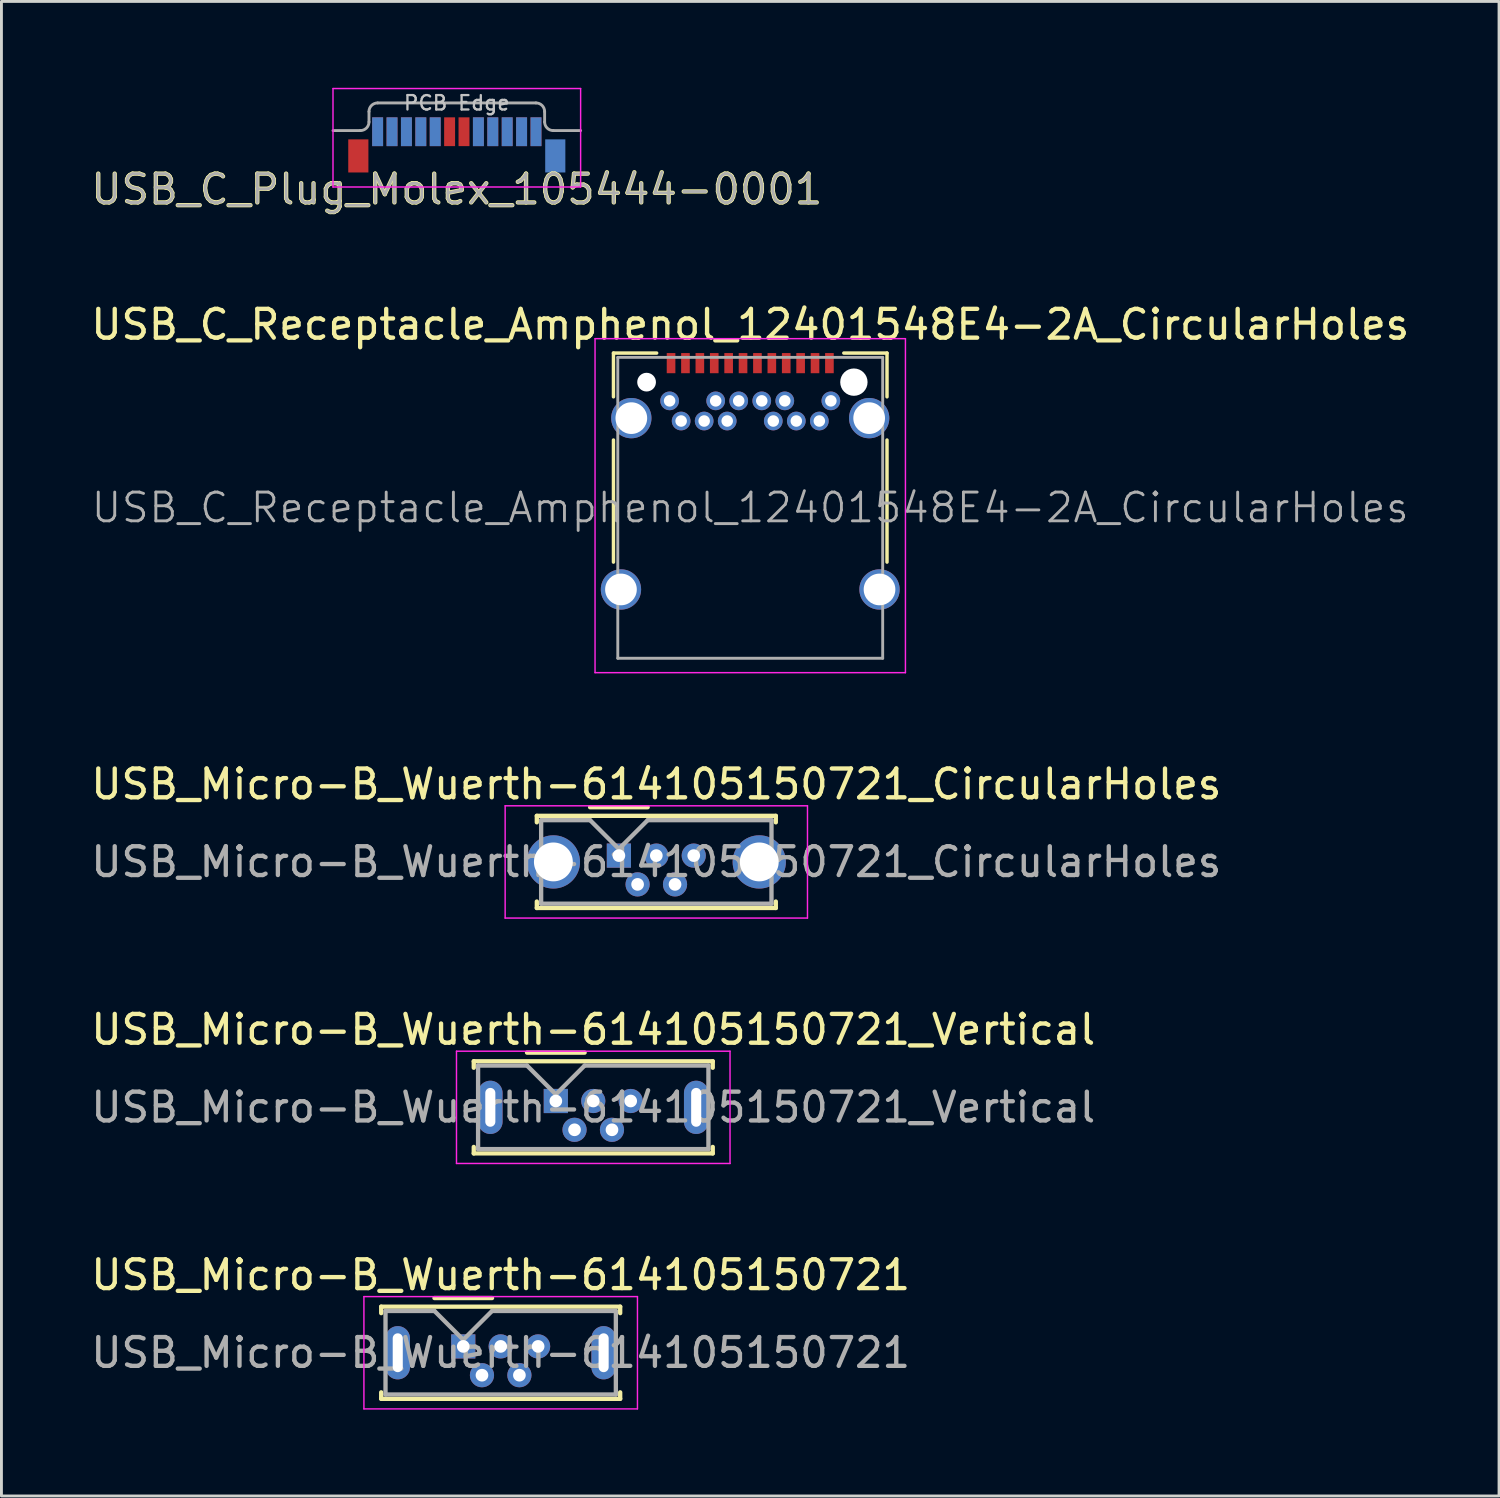
<source format=kicad_pcb>
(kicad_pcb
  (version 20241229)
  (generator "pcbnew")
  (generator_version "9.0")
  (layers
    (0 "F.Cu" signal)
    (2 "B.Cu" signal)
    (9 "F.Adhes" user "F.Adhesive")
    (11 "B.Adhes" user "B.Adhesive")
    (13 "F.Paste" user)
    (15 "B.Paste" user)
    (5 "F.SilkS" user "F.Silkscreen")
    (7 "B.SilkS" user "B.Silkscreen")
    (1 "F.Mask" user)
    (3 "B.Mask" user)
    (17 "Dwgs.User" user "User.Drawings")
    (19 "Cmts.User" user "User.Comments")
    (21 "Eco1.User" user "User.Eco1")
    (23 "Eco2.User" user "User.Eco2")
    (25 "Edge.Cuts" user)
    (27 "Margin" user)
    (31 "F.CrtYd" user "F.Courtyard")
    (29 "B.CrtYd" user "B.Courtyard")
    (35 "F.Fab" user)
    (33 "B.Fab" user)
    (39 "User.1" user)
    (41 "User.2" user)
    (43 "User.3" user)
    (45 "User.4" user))
  (footprint "USB_Micro-B_Wuerth-614105150721_CircularHoles"
    (layer "F.Cu")
    (at 18.444 26.665)
    (property "Reference" "USB_Micro-B_Wuerth-614105150721_CircularHoles" (at 1.3 -2.48 0) (layer "F.SilkS") (effects (font (size 1 1) (thickness 0.15))))
    (attr through_hole)
    (fp_line (start -2.85 -1.38) (end 5.45 -1.38) (stroke (width 0.15) (type solid)) (layer "F.SilkS"))
    (fp_line (start -2.85 -1.155) (end -2.85 -1.38) (stroke (width 0.15) (type solid)) (layer "F.SilkS"))
    (fp_line (start -2.85 1.595) (end -2.85 1.82) (stroke (width 0.15) (type solid)) (layer "F.SilkS"))
    (fp_line (start -2.85 1.82) (end 5.45 1.82) (stroke (width 0.15) (type solid)) (layer "F.SilkS"))
    (fp_line (start -1 -1.68) (end 1 -1.68) (stroke (width 0.15) (type solid)) (layer "F.SilkS"))
    (fp_line (start 5.45 -1.38) (end 5.45 -1.155) (stroke (width 0.15) (type solid)) (layer "F.SilkS"))
    (fp_line (start 5.45 1.82) (end 5.45 1.595) (stroke (width 0.15) (type solid)) (layer "F.SilkS"))
    (fp_line (start -3.95 -1.73) (end -3.95 2.17) (stroke (width 0.05) (type solid)) (layer "F.CrtYd"))
    (fp_line (start -3.95 2.17) (end 6.55 2.17) (stroke (width 0.05) (type solid)) (layer "F.CrtYd"))
    (fp_line (start 6.55 -1.73) (end -3.95 -1.73) (stroke (width 0.05) (type solid)) (layer "F.CrtYd"))
    (fp_line (start 6.55 2.17) (end 6.55 -1.73) (stroke (width 0.05) (type solid)) (layer "F.CrtYd"))
    (fp_line (start -2.7 -1.23) (end -1 -1.23) (stroke (width 0.15) (type solid)) (layer "F.Fab"))
    (fp_line (start -2.7 1.67) (end -2.7 -1.23) (stroke (width 0.15) (type solid)) (layer "F.Fab"))
    (fp_line (start -1 -1.23) (end 0 -0.23) (stroke (width 0.15) (type solid)) (layer "F.Fab"))
    (fp_line (start 0 -0.23) (end 1 -1.23) (stroke (width 0.15) (type solid)) (layer "F.Fab"))
    (fp_line (start 1 -1.23) (end 5.3 -1.23) (stroke (width 0.15) (type solid)) (layer "F.Fab"))
    (fp_line (start 5.3 -1.23) (end 5.3 1.67) (stroke (width 0.15) (type solid)) (layer "F.Fab"))
    (fp_line (start 5.3 1.67) (end -2.7 1.67) (stroke (width 0.15) (type solid)) (layer "F.Fab"))
    (fp_text user "${REFERENCE}" (at 1.3 0.22 0) (layer "F.Fab") (effects (font (size 1 1) (thickness 0.15))))
    (pad "1" thru_hole rect (at 0 0) (size 0.84 0.84) (drill 0.44) (layers "*.Cu" "*.Mask"))
    (pad "2" thru_hole circle (at 0.65 1) (size 0.84 0.84) (drill 0.44) (layers "*.Cu" "*.Mask"))
    (pad "3" thru_hole circle (at 1.3 0) (size 0.84 0.84) (drill 0.44) (layers "*.Cu" "*.Mask"))
    (pad "4" thru_hole circle (at 1.95 1) (size 0.84 0.84) (drill 0.44) (layers "*.Cu" "*.Mask"))
    (pad "5" thru_hole circle (at 2.6 0) (size 0.84 0.84) (drill 0.44) (layers "*.Cu" "*.Mask"))
    (pad "6" thru_hole circle (at -2.275 0.22) (size 1.85 1.85) (drill 1.35) (layers "*.Cu" "*.Mask"))
    (pad "6" thru_hole circle (at 4.875 0.22) (size 1.85 1.85) (drill 1.35) (layers "*.Cu" "*.Mask")))
  (footprint "USB_C_Plug_Molex_105444-0001"
    (layer "F.Cu")
    (at 12.815 1.485)
    (property "Reference" "USB_C_Plug_Molex_105444-0001" (at 0 2.04 0) (layer "F.SilkS") (effects (font (size 1 1) (thickness 0.15))))
    (attr smd)
    (fp_line (start -4.3 1.96) (end -4.3 -1.46) (stroke (width 0.05) (type solid)) (layer "F.CrtYd"))
    (fp_line (start 4.3 -1.46) (end -4.3 -1.46) (stroke (width 0.05) (type solid)) (layer "F.CrtYd"))
    (fp_line (start 4.3 1.96) (end -4.3 1.96) (stroke (width 0.05) (type solid)) (layer "F.CrtYd"))
    (fp_line (start 4.3 1.96) (end 4.3 -1.46) (stroke (width 0.05) (type solid)) (layer "F.CrtYd"))
    (fp_line (start -3.35 0) (end -4.3 0) (stroke (width 0.1) (type solid)) (layer "F.Fab"))
    (fp_line (start -3.05 -0.66) (end -3.05 -0.3) (stroke (width 0.1) (type solid)) (layer "F.Fab"))
    (fp_line (start -2.75 -0.96) (end 2.75 -0.96) (stroke (width 0.1) (type solid)) (layer "F.Fab"))
    (fp_line (start 3.05 -0.66) (end 3.05 -0.3) (stroke (width 0.1) (type solid)) (layer "F.Fab"))
    (fp_line (start 3.35 0) (end 4.3 0) (stroke (width 0.1) (type solid)) (layer "F.Fab"))
    (fp_arc (start -3.05 -0.66) (mid -2.962132 -0.872132) (end -2.75 -0.96) (stroke (width 0.1) (type solid)) (layer "F.Fab"))
    (fp_arc (start -3.05 -0.3) (mid -3.137868 -0.087868) (end -3.35 0) (stroke (width 0.1) (type solid)) (layer "F.Fab"))
    (fp_arc (start 2.75 -0.96) (mid 2.962132 -0.872132) (end 3.05 -0.66) (stroke (width 0.1) (type solid)) (layer "F.Fab"))
    (fp_arc (start 3.35 0) (mid 3.137868 -0.087868) (end 3.05 -0.3) (stroke (width 0.1) (type solid)) (layer "F.Fab"))
    (fp_text user "PCB Edge" (at 0 -0.96 0) (layer "Dwgs.User") (effects (font (size 0.5 0.5) (thickness 0.08))))
    (fp_text user "${REFERENCE}" (at 0 2.04 0) (layer "F.Fab") (effects (font (size 1 1) (thickness 0.1))))
    (pad "A1" smd rect (at -2.75 0.04) (size 0.38 1) (layers "F.Cu" "F.Mask" "F.Paste"))
    (pad "A2" smd rect (at -2.25 0.04) (size 0.38 1) (layers "F.Cu" "F.Mask" "F.Paste"))
    (pad "A3" smd rect (at -1.75 0.04) (size 0.38 1) (layers "F.Cu" "F.Mask" "F.Paste"))
    (pad "A4" smd rect (at -1.25 0.04) (size 0.38 1) (layers "F.Cu" "F.Mask" "F.Paste"))
    (pad "A5" smd rect (at -0.75 0.04) (size 0.38 1) (layers "F.Cu" "F.Mask" "F.Paste"))
    (pad "A6" smd rect (at -0.25 0.04) (size 0.38 1) (layers "F.Cu" "F.Mask" "F.Paste"))
    (pad "A7" smd rect (at 0.25 0.04) (size 0.38 1) (layers "F.Cu" "F.Mask" "F.Paste"))
    (pad "A8" smd rect (at 0.75 0.04) (size 0.38 1) (layers "F.Cu" "F.Mask" "F.Paste"))
    (pad "A9" smd rect (at 1.25 0.04) (size 0.38 1) (layers "F.Cu" "F.Mask" "F.Paste"))
    (pad "A10" smd rect (at 1.75 0.04) (size 0.38 1) (layers "F.Cu" "F.Mask" "F.Paste"))
    (pad "A11" smd rect (at 2.25 0.04) (size 0.38 1) (layers "F.Cu" "F.Mask" "F.Paste"))
    (pad "A12" smd rect (at 2.75 0.04) (size 0.38 1) (layers "F.Cu" "F.Mask" "F.Paste"))
    (pad "B1" smd rect (at 2.75 0.04) (size 0.38 1) (layers "B.Cu" "B.Mask" "B.Paste"))
    (pad "B2" smd rect (at 2.25 0.04) (size 0.38 1) (layers "B.Cu" "B.Mask" "B.Paste"))
    (pad "B3" smd rect (at 1.75 0.04) (size 0.38 1) (layers "B.Cu" "B.Mask" "B.Paste"))
    (pad "B4" smd rect (at 1.25 0.04) (size 0.38 1) (layers "B.Cu" "B.Mask" "B.Paste"))
    (pad "B5" smd rect (at 0.75 0.04) (size 0.38 1) (layers "B.Cu" "B.Mask" "B.Paste"))
    (pad "B8" smd rect (at -0.75 0.04) (size 0.38 1) (layers "B.Cu" "B.Mask" "B.Paste"))
    (pad "B9" smd rect (at -1.25 0.04) (size 0.38 1) (layers "B.Cu" "B.Mask" "B.Paste"))
    (pad "B10" smd rect (at -1.75 0.04) (size 0.38 1) (layers "B.Cu" "B.Mask" "B.Paste"))
    (pad "B11" smd rect (at -2.25 0.04) (size 0.38 1) (layers "B.Cu" "B.Mask" "B.Paste"))
    (pad "B12" smd rect (at -2.75 0.04) (size 0.38 1) (layers "B.Cu" "B.Mask" "B.Paste"))
    (pad "S1" smd rect (at -3.42 0.88) (size 0.7 1.15) (layers "F.Cu" "F.Mask" "F.Paste"))
    (pad "S1" smd rect (at 3.42 0.88) (size 0.7 1.15) (layers "B.Cu" "B.Mask" "B.Paste")))
  (footprint "USB_Micro-B_Wuerth-614105150721"
    (layer "F.Cu")
    (at 13.039 43.711)
    (property "Reference" "USB_Micro-B_Wuerth-614105150721" (at 1.3 -2.48 0) (layer "F.SilkS") (effects (font (size 1 1) (thickness 0.15))))
    (attr through_hole)
    (fp_line (start -2.85 -1.38) (end 5.45 -1.38) (stroke (width 0.15) (type solid)) (layer "F.SilkS"))
    (fp_line (start -2.85 -1.155) (end -2.85 -1.38) (stroke (width 0.15) (type solid)) (layer "F.SilkS"))
    (fp_line (start -2.85 1.595) (end -2.85 1.82) (stroke (width 0.15) (type solid)) (layer "F.SilkS"))
    (fp_line (start -2.85 1.82) (end 5.45 1.82) (stroke (width 0.15) (type solid)) (layer "F.SilkS"))
    (fp_line (start -1 -1.68) (end 1 -1.68) (stroke (width 0.15) (type solid)) (layer "F.SilkS"))
    (fp_line (start 5.45 -1.38) (end 5.45 -1.155) (stroke (width 0.15) (type solid)) (layer "F.SilkS"))
    (fp_line (start 5.45 1.82) (end 5.45 1.595) (stroke (width 0.15) (type solid)) (layer "F.SilkS"))
    (fp_line (start -3.45 -1.73) (end -3.45 2.17) (stroke (width 0.05) (type solid)) (layer "F.CrtYd"))
    (fp_line (start -3.45 2.17) (end 6.05 2.17) (stroke (width 0.05) (type solid)) (layer "F.CrtYd"))
    (fp_line (start 6.05 -1.73) (end -3.45 -1.73) (stroke (width 0.05) (type solid)) (layer "F.CrtYd"))
    (fp_line (start 6.05 2.17) (end 6.05 -1.73) (stroke (width 0.05) (type solid)) (layer "F.CrtYd"))
    (fp_line (start -2.7 -1.23) (end -1 -1.23) (stroke (width 0.15) (type solid)) (layer "F.Fab"))
    (fp_line (start -2.7 1.67) (end -2.7 -1.23) (stroke (width 0.15) (type solid)) (layer "F.Fab"))
    (fp_line (start -1 -1.23) (end 0 -0.23) (stroke (width 0.15) (type solid)) (layer "F.Fab"))
    (fp_line (start 0 -0.23) (end 1 -1.23) (stroke (width 0.15) (type solid)) (layer "F.Fab"))
    (fp_line (start 1 -1.23) (end 5.3 -1.23) (stroke (width 0.15) (type solid)) (layer "F.Fab"))
    (fp_line (start 5.3 -1.23) (end 5.3 1.67) (stroke (width 0.15) (type solid)) (layer "F.Fab"))
    (fp_line (start 5.3 1.67) (end -2.7 1.67) (stroke (width 0.15) (type solid)) (layer "F.Fab"))
    (fp_text user "${REFERENCE}" (at 1.3 0.22 0) (layer "F.Fab") (effects (font (size 1 1) (thickness 0.15))))
    (pad "1" thru_hole rect (at 0 0) (size 0.84 0.84) (drill 0.44) (layers "*.Cu" "*.Mask"))
    (pad "2" thru_hole circle (at 0.65 1) (size 0.84 0.84) (drill 0.44) (layers "*.Cu" "*.Mask"))
    (pad "3" thru_hole circle (at 1.3 0) (size 0.84 0.84) (drill 0.44) (layers "*.Cu" "*.Mask"))
    (pad "4" thru_hole circle (at 1.95 1) (size 0.84 0.84) (drill 0.44) (layers "*.Cu" "*.Mask"))
    (pad "5" thru_hole circle (at 2.6 0) (size 0.84 0.84) (drill 0.44) (layers "*.Cu" "*.Mask"))
    (pad "6" thru_hole oval (at -2.275 0.22) (size 0.85 1.85) (drill oval 0.35 1.35) (layers "*.Cu" "*.Mask"))
    (pad "6" thru_hole oval (at 4.875 0.22) (size 0.85 1.85) (drill oval 0.35 1.35) (layers "*.Cu" "*.Mask")))
  (footprint "USB_C_Receptacle_Amphenol_12401548E4-2A_CircularHoles"
    (layer "F.Cu")
    (at 23.006 14.582)
    (property "Reference" "USB_C_Receptacle_Amphenol_12401548E4-2A_CircularHoles" (at 0 -6.36 0) (layer "F.SilkS") (effects (font (size 1 1) (thickness 0.15))))
    (attr smd)
    (fp_line (start -4.75 -5.37) (end -4.75 -3.85) (stroke (width 0.12) (type solid)) (layer "F.SilkS"))
    (fp_line (start -4.75 -5.37) (end -3.25 -5.37) (stroke (width 0.12) (type solid)) (layer "F.SilkS"))
    (fp_line (start -4.75 -2.35) (end -4.75 1.89) (stroke (width 0.12) (type solid)) (layer "F.SilkS"))
    (fp_line (start 3.25 -5.37) (end 4.75 -5.37) (stroke (width 0.12) (type solid)) (layer "F.SilkS"))
    (fp_line (start 4.75 -5.37) (end 4.75 -3.85) (stroke (width 0.12) (type solid)) (layer "F.SilkS"))
    (fp_line (start 4.75 -2.35) (end 4.75 1.89) (stroke (width 0.12) (type solid)) (layer "F.SilkS"))
    (fp_line (start -5.39 -5.87) (end 5.39 -5.87) (stroke (width 0.05) (type solid)) (layer "F.CrtYd"))
    (fp_line (start -5.39 5.73) (end -5.39 -5.87) (stroke (width 0.05) (type solid)) (layer "F.CrtYd"))
    (fp_line (start 5.39 -5.87) (end 5.39 5.73) (stroke (width 0.05) (type solid)) (layer "F.CrtYd"))
    (fp_line (start 5.39 5.73) (end -5.39 5.73) (stroke (width 0.05) (type solid)) (layer "F.CrtYd"))
    (fp_line (start -4.6 -5.22) (end 4.6 -5.22) (stroke (width 0.1) (type solid)) (layer "F.Fab"))
    (fp_line (start -4.6 5.23) (end -4.6 -5.22) (stroke (width 0.1) (type solid)) (layer "F.Fab"))
    (fp_line (start -4.6 5.23) (end 4.6 5.23) (stroke (width 0.1) (type solid)) (layer "F.Fab"))
    (fp_line (start 4.6 5.23) (end 4.6 -5.22) (stroke (width 0.1) (type solid)) (layer "F.Fab"))
    (fp_text user "${REFERENCE}" (at 0 0 0) (layer "F.Fab") (effects (font (size 1 1) (thickness 0.1))))
    (pad "" np_thru_hole circle (at -3.6 -4.36) (size 0.65 0.65) (drill 0.65) (layers "*.Cu" "*.Mask"))
    (pad "" np_thru_hole circle (at 3.6 -4.36) (size 0.95 0.95) (drill 0.95) (layers "*.Cu" "*.Mask"))
    (pad "A1" smd rect (at -2.75 -5.02) (size 0.3 0.7) (layers "F.Cu" "F.Mask" "F.Paste"))
    (pad "A2" smd rect (at -2.25 -5.02) (size 0.3 0.7) (layers "F.Cu" "F.Mask" "F.Paste"))
    (pad "A3" smd rect (at -1.75 -5.02) (size 0.3 0.7) (layers "F.Cu" "F.Mask" "F.Paste"))
    (pad "A4" smd rect (at -1.25 -5.02) (size 0.3 0.7) (layers "F.Cu" "F.Mask" "F.Paste"))
    (pad "A5" smd rect (at -0.75 -5.02) (size 0.3 0.7) (layers "F.Cu" "F.Mask" "F.Paste"))
    (pad "A6" smd rect (at -0.25 -5.02) (size 0.3 0.7) (layers "F.Cu" "F.Mask" "F.Paste"))
    (pad "A7" smd rect (at 0.25 -5.02) (size 0.3 0.7) (layers "F.Cu" "F.Mask" "F.Paste"))
    (pad "A8" smd rect (at 0.75 -5.02) (size 0.3 0.7) (layers "F.Cu" "F.Mask" "F.Paste"))
    (pad "A9" smd rect (at 1.25 -5.02) (size 0.3 0.7) (layers "F.Cu" "F.Mask" "F.Paste"))
    (pad "A10" smd rect (at 1.75 -5.02) (size 0.3 0.7) (layers "F.Cu" "F.Mask" "F.Paste"))
    (pad "A11" smd rect (at 2.25 -5.02) (size 0.3 0.7) (layers "F.Cu" "F.Mask" "F.Paste"))
    (pad "A12" smd rect (at 2.75 -5.02) (size 0.3 0.7) (layers "F.Cu" "F.Mask" "F.Paste"))
    (pad "B1" thru_hole circle (at 2.8 -3.71) (size 0.65 0.65) (drill 0.4) (layers "*.Cu" "*.Mask"))
    (pad "B2" thru_hole circle (at 2.4 -3.01) (size 0.65 0.65) (drill 0.4) (layers "*.Cu" "*.Mask"))
    (pad "B3" thru_hole circle (at 1.6 -3.01) (size 0.65 0.65) (drill 0.4) (layers "*.Cu" "*.Mask"))
    (pad "B4" thru_hole circle (at 1.2 -3.71) (size 0.65 0.65) (drill 0.4) (layers "*.Cu" "*.Mask"))
    (pad "B5" thru_hole circle (at 0.8 -3.01) (size 0.65 0.65) (drill 0.4) (layers "*.Cu" "*.Mask"))
    (pad "B6" thru_hole circle (at 0.4 -3.71) (size 0.65 0.65) (drill 0.4) (layers "*.Cu" "*.Mask"))
    (pad "B7" thru_hole circle (at -0.4 -3.71) (size 0.65 0.65) (drill 0.4) (layers "*.Cu" "*.Mask"))
    (pad "B8" thru_hole circle (at -0.8 -3.01) (size 0.65 0.65) (drill 0.4) (layers "*.Cu" "*.Mask"))
    (pad "B9" thru_hole circle (at -1.2 -3.71) (size 0.65 0.65) (drill 0.4) (layers "*.Cu" "*.Mask"))
    (pad "B10" thru_hole circle (at -1.6 -3.01) (size 0.65 0.65) (drill 0.4) (layers "*.Cu" "*.Mask"))
    (pad "B11" thru_hole circle (at -2.4 -3.01) (size 0.65 0.65) (drill 0.4) (layers "*.Cu" "*.Mask"))
    (pad "B12" thru_hole circle (at -2.8 -3.71) (size 0.65 0.65) (drill 0.4) (layers "*.Cu" "*.Mask"))
    (pad "S1" thru_hole circle (at -4.49 2.84) (size 1.4 1.4) (drill 1.1) (layers "*.Cu" "*.Mask"))
    (pad "S1" thru_hole circle (at -4.13 -3.11) (size 1.4 1.4) (drill 1.1) (layers "*.Cu" "*.Mask"))
    (pad "S1" thru_hole circle (at 4.13 -3.11) (size 1.4 1.4) (drill 1.1) (layers "*.Cu" "*.Mask"))
    (pad "S1" thru_hole circle (at 4.49 2.84) (size 1.4 1.4) (drill 1.1) (layers "*.Cu" "*.Mask")))
  (footprint "USB_Micro-B_Wuerth-614105150721_Vertical"
    (layer "F.Cu")
    (at 16.254 35.188)
    (property "Reference" "USB_Micro-B_Wuerth-614105150721_Vertical" (at 1.3 -2.48 0) (layer "F.SilkS") (effects (font (size 1 1) (thickness 0.15))))
    (attr through_hole)
    (fp_line (start -2.85 -1.38) (end 5.45 -1.38) (stroke (width 0.15) (type solid)) (layer "F.SilkS"))
    (fp_line (start -2.85 -1.155) (end -2.85 -1.38) (stroke (width 0.15) (type solid)) (layer "F.SilkS"))
    (fp_line (start -2.85 1.595) (end -2.85 1.82) (stroke (width 0.15) (type solid)) (layer "F.SilkS"))
    (fp_line (start -2.85 1.82) (end 5.45 1.82) (stroke (width 0.15) (type solid)) (layer "F.SilkS"))
    (fp_line (start -1 -1.68) (end 1 -1.68) (stroke (width 0.15) (type solid)) (layer "F.SilkS"))
    (fp_line (start 5.45 -1.38) (end 5.45 -1.155) (stroke (width 0.15) (type solid)) (layer "F.SilkS"))
    (fp_line (start 5.45 1.82) (end 5.45 1.595) (stroke (width 0.15) (type solid)) (layer "F.SilkS"))
    (fp_line (start -3.45 -1.73) (end -3.45 2.17) (stroke (width 0.05) (type solid)) (layer "F.CrtYd"))
    (fp_line (start -3.45 2.17) (end 6.05 2.17) (stroke (width 0.05) (type solid)) (layer "F.CrtYd"))
    (fp_line (start 6.05 -1.73) (end -3.45 -1.73) (stroke (width 0.05) (type solid)) (layer "F.CrtYd"))
    (fp_line (start 6.05 2.17) (end 6.05 -1.73) (stroke (width 0.05) (type solid)) (layer "F.CrtYd"))
    (fp_line (start -2.7 -1.23) (end -1 -1.23) (stroke (width 0.15) (type solid)) (layer "F.Fab"))
    (fp_line (start -2.7 1.67) (end -2.7 -1.23) (stroke (width 0.15) (type solid)) (layer "F.Fab"))
    (fp_line (start -1 -1.23) (end 0 -0.23) (stroke (width 0.15) (type solid)) (layer "F.Fab"))
    (fp_line (start 0 -0.23) (end 1 -1.23) (stroke (width 0.15) (type solid)) (layer "F.Fab"))
    (fp_line (start 1 -1.23) (end 5.3 -1.23) (stroke (width 0.15) (type solid)) (layer "F.Fab"))
    (fp_line (start 5.3 -1.23) (end 5.3 1.67) (stroke (width 0.15) (type solid)) (layer "F.Fab"))
    (fp_line (start 5.3 1.67) (end -2.7 1.67) (stroke (width 0.15) (type solid)) (layer "F.Fab"))
    (fp_text user "${REFERENCE}" (at 1.3 0.22 0) (layer "F.Fab") (effects (font (size 1 1) (thickness 0.15))))
    (pad "1" thru_hole rect (at 0 0) (size 0.84 0.84) (drill 0.44) (layers "*.Cu" "*.Mask"))
    (pad "2" thru_hole circle (at 0.65 1) (size 0.84 0.84) (drill 0.44) (layers "*.Cu" "*.Mask"))
    (pad "3" thru_hole circle (at 1.3 0) (size 0.84 0.84) (drill 0.44) (layers "*.Cu" "*.Mask"))
    (pad "4" thru_hole circle (at 1.95 1) (size 0.84 0.84) (drill 0.44) (layers "*.Cu" "*.Mask"))
    (pad "5" thru_hole circle (at 2.6 0) (size 0.84 0.84) (drill 0.44) (layers "*.Cu" "*.Mask"))
    (pad "6" thru_hole oval (at -2.275 0.22) (size 0.85 1.85) (drill oval 0.35 1.35) (layers "*.Cu" "*.Mask"))
    (pad "6" thru_hole oval (at 4.875 0.22) (size 0.85 1.85) (drill oval 0.35 1.35) (layers "*.Cu" "*.Mask")))
  (gr_rect
    (start -3 -3)
    (end 49.012 48.906)
    (stroke (width 0.1) (type default))
    (fill no)
    (layer "Edge.Cuts")))
</source>
